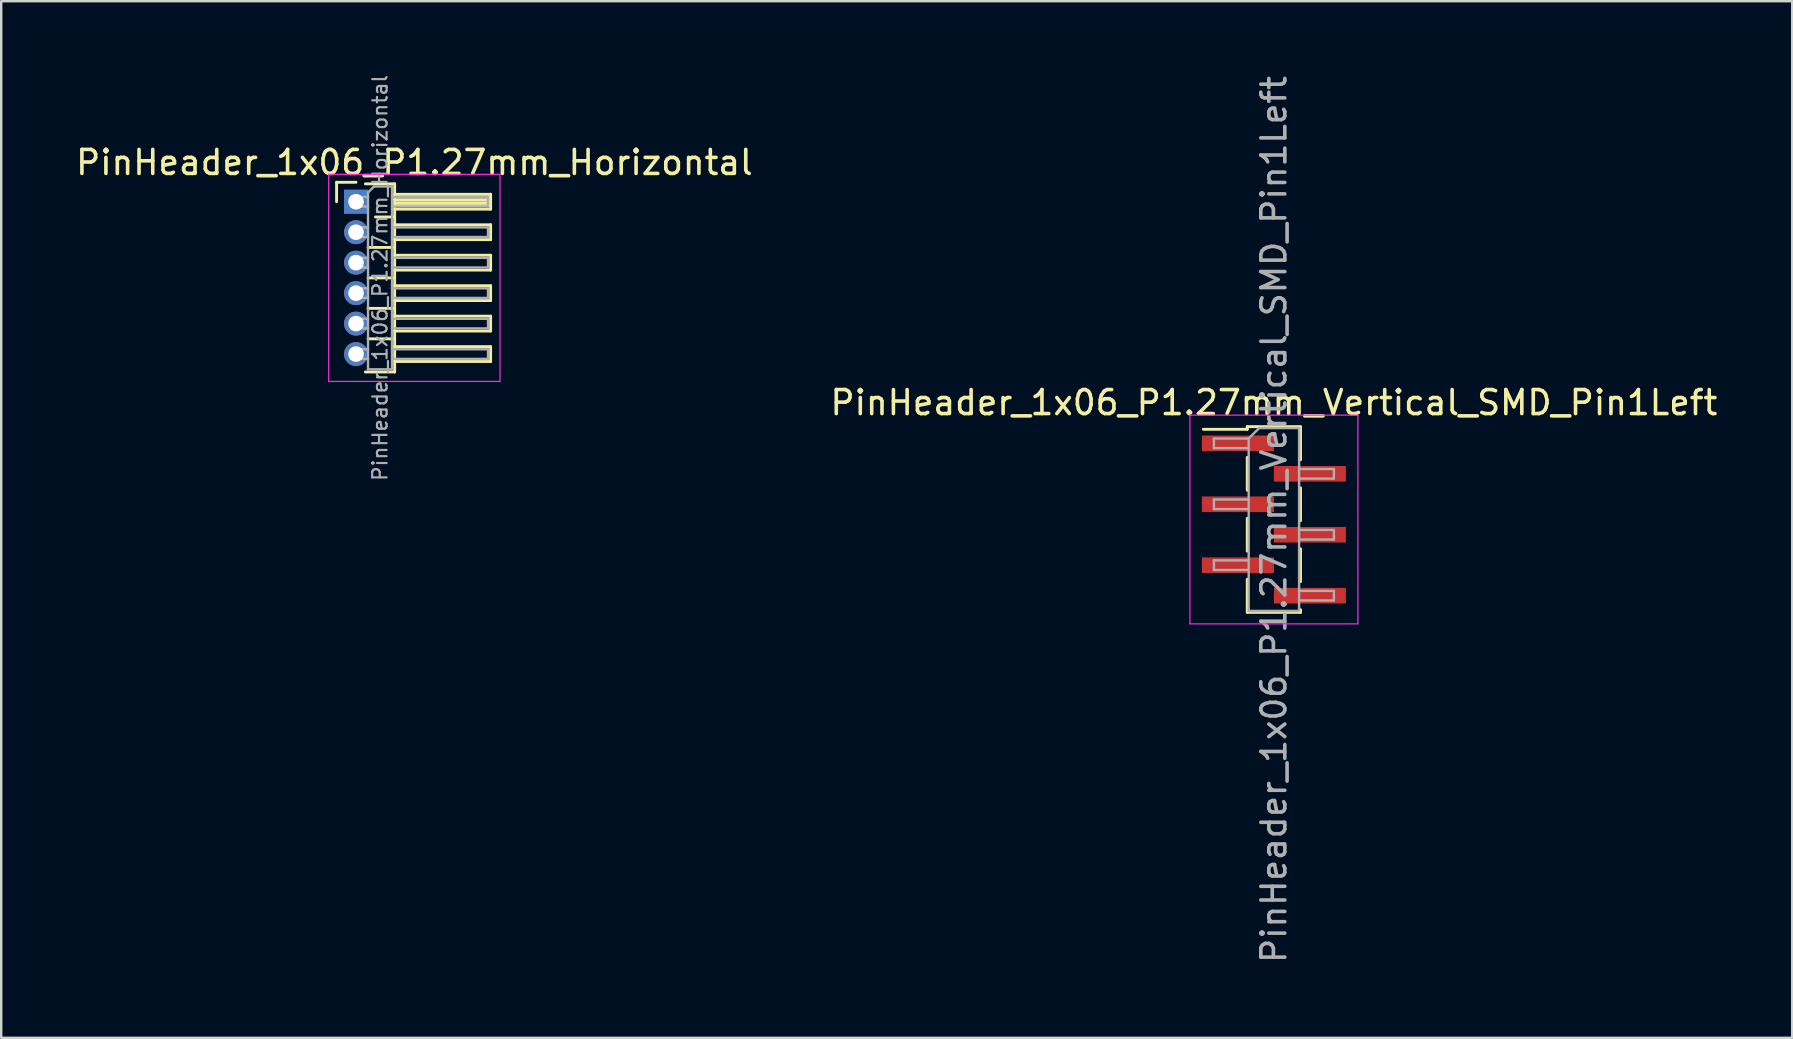
<source format=kicad_pcb>
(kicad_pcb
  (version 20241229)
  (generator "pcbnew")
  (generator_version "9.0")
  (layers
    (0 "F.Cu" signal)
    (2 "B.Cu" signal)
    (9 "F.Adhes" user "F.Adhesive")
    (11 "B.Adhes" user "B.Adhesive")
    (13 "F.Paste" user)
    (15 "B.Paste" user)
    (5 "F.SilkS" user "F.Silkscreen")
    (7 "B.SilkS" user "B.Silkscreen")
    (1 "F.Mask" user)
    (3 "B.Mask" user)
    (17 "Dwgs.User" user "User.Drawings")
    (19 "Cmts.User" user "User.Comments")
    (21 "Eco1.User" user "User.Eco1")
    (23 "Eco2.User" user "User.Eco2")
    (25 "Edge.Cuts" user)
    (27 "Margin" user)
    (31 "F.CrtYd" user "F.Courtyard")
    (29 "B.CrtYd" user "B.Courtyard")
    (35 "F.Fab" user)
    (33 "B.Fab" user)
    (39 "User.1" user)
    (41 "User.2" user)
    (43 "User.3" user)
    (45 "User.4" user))
  (footprint "PinHeader_1x06_P1.27mm_Horizontal"
    (layer "F.Cu")
    (at 11.788 5.357)
    (property "Reference" "PinHeader_1x06_P1.27mm_Horizontal" (at 2.433 -1.635 0) (layer "F.SilkS") (effects (font (size 1 1) (thickness 0.15))))
    (attr through_hole)
    (fp_line (start -0.81 -0.81) (end 0 -0.81) (stroke (width 0.12) (type solid)) (layer "F.SilkS"))
    (fp_line (start -0.81 0) (end -0.81 -0.81) (stroke (width 0.12) (type solid)) (layer "F.SilkS"))
    (fp_line (start 0.39 -0.745) (end 1.61 -0.745) (stroke (width 0.12) (type solid)) (layer "F.SilkS"))
    (fp_line (start 0.503 1.905) (end 1.61 1.905) (stroke (width 0.12) (type solid)) (layer "F.SilkS"))
    (fp_line (start 0.503 3.175) (end 1.61 3.175) (stroke (width 0.12) (type solid)) (layer "F.SilkS"))
    (fp_line (start 0.503 4.445) (end 1.61 4.445) (stroke (width 0.12) (type solid)) (layer "F.SilkS"))
    (fp_line (start 0.503 5.715) (end 1.61 5.715) (stroke (width 0.12) (type solid)) (layer "F.SilkS"))
    (fp_line (start 0.81 0.635) (end 1.61 0.635) (stroke (width 0.12) (type solid)) (layer "F.SilkS"))
    (fp_line (start 1.61 -0.745) (end 1.61 7.095) (stroke (width 0.12) (type solid)) (layer "F.SilkS"))
    (fp_line (start 1.61 -0.31) (end 5.61 -0.31) (stroke (width 0.12) (type solid)) (layer "F.SilkS"))
    (fp_line (start 1.61 -0.2) (end 5.61 -0.2) (stroke (width 0.12) (type solid)) (layer "F.SilkS"))
    (fp_line (start 1.61 -0.08) (end 5.61 -0.08) (stroke (width 0.12) (type solid)) (layer "F.SilkS"))
    (fp_line (start 1.61 0.04) (end 5.61 0.04) (stroke (width 0.12) (type solid)) (layer "F.SilkS"))
    (fp_line (start 1.61 0.16) (end 5.61 0.16) (stroke (width 0.12) (type solid)) (layer "F.SilkS"))
    (fp_line (start 1.61 0.96) (end 5.61 0.96) (stroke (width 0.12) (type solid)) (layer "F.SilkS"))
    (fp_line (start 1.61 2.23) (end 5.61 2.23) (stroke (width 0.12) (type solid)) (layer "F.SilkS"))
    (fp_line (start 1.61 3.5) (end 5.61 3.5) (stroke (width 0.12) (type solid)) (layer "F.SilkS"))
    (fp_line (start 1.61 4.77) (end 5.61 4.77) (stroke (width 0.12) (type solid)) (layer "F.SilkS"))
    (fp_line (start 1.61 6.04) (end 5.61 6.04) (stroke (width 0.12) (type solid)) (layer "F.SilkS"))
    (fp_line (start 1.61 7.095) (end 0.39 7.095) (stroke (width 0.12) (type solid)) (layer "F.SilkS"))
    (fp_line (start 5.61 -0.31) (end 5.61 0.31) (stroke (width 0.12) (type solid)) (layer "F.SilkS"))
    (fp_line (start 5.61 0.31) (end 1.61 0.31) (stroke (width 0.12) (type solid)) (layer "F.SilkS"))
    (fp_line (start 5.61 0.96) (end 5.61 1.58) (stroke (width 0.12) (type solid)) (layer "F.SilkS"))
    (fp_line (start 5.61 1.58) (end 1.61 1.58) (stroke (width 0.12) (type solid)) (layer "F.SilkS"))
    (fp_line (start 5.61 2.23) (end 5.61 2.85) (stroke (width 0.12) (type solid)) (layer "F.SilkS"))
    (fp_line (start 5.61 2.85) (end 1.61 2.85) (stroke (width 0.12) (type solid)) (layer "F.SilkS"))
    (fp_line (start 5.61 3.5) (end 5.61 4.12) (stroke (width 0.12) (type solid)) (layer "F.SilkS"))
    (fp_line (start 5.61 4.12) (end 1.61 4.12) (stroke (width 0.12) (type solid)) (layer "F.SilkS"))
    (fp_line (start 5.61 4.77) (end 5.61 5.39) (stroke (width 0.12) (type solid)) (layer "F.SilkS"))
    (fp_line (start 5.61 5.39) (end 1.61 5.39) (stroke (width 0.12) (type solid)) (layer "F.SilkS"))
    (fp_line (start 5.61 6.04) (end 5.61 6.66) (stroke (width 0.12) (type solid)) (layer "F.SilkS"))
    (fp_line (start 5.61 6.66) (end 1.61 6.66) (stroke (width 0.12) (type solid)) (layer "F.SilkS"))
    (fp_line (start -1.14 -1.14) (end -1.14 7.49) (stroke (width 0.05) (type solid)) (layer "F.CrtYd"))
    (fp_line (start -1.14 7.49) (end 6 7.49) (stroke (width 0.05) (type solid)) (layer "F.CrtYd"))
    (fp_line (start 6 -1.14) (end -1.14 -1.14) (stroke (width 0.05) (type solid)) (layer "F.CrtYd"))
    (fp_line (start 6 7.49) (end 6 -1.14) (stroke (width 0.05) (type solid)) (layer "F.CrtYd"))
    (fp_line (start -0.2 -0.2) (end -0.2 0.2) (stroke (width 0.1) (type solid)) (layer "F.Fab"))
    (fp_line (start -0.2 -0.2) (end 0.5 -0.2) (stroke (width 0.1) (type solid)) (layer "F.Fab"))
    (fp_line (start -0.2 0.2) (end 0.5 0.2) (stroke (width 0.1) (type solid)) (layer "F.Fab"))
    (fp_line (start -0.2 1.07) (end -0.2 1.47) (stroke (width 0.1) (type solid)) (layer "F.Fab"))
    (fp_line (start -0.2 1.07) (end 0.5 1.07) (stroke (width 0.1) (type solid)) (layer "F.Fab"))
    (fp_line (start -0.2 1.47) (end 0.5 1.47) (stroke (width 0.1) (type solid)) (layer "F.Fab"))
    (fp_line (start -0.2 2.34) (end -0.2 2.74) (stroke (width 0.1) (type solid)) (layer "F.Fab"))
    (fp_line (start -0.2 2.34) (end 0.5 2.34) (stroke (width 0.1) (type solid)) (layer "F.Fab"))
    (fp_line (start -0.2 2.74) (end 0.5 2.74) (stroke (width 0.1) (type solid)) (layer "F.Fab"))
    (fp_line (start -0.2 3.61) (end -0.2 4.01) (stroke (width 0.1) (type solid)) (layer "F.Fab"))
    (fp_line (start -0.2 3.61) (end 0.5 3.61) (stroke (width 0.1) (type solid)) (layer "F.Fab"))
    (fp_line (start -0.2 4.01) (end 0.5 4.01) (stroke (width 0.1) (type solid)) (layer "F.Fab"))
    (fp_line (start -0.2 4.88) (end -0.2 5.28) (stroke (width 0.1) (type solid)) (layer "F.Fab"))
    (fp_line (start -0.2 4.88) (end 0.5 4.88) (stroke (width 0.1) (type solid)) (layer "F.Fab"))
    (fp_line (start -0.2 5.28) (end 0.5 5.28) (stroke (width 0.1) (type solid)) (layer "F.Fab"))
    (fp_line (start -0.2 6.15) (end -0.2 6.55) (stroke (width 0.1) (type solid)) (layer "F.Fab"))
    (fp_line (start -0.2 6.15) (end 0.5 6.15) (stroke (width 0.1) (type solid)) (layer "F.Fab"))
    (fp_line (start -0.2 6.55) (end 0.5 6.55) (stroke (width 0.1) (type solid)) (layer "F.Fab"))
    (fp_line (start 0.5 -0.385) (end 0.75 -0.635) (stroke (width 0.1) (type solid)) (layer "F.Fab"))
    (fp_line (start 0.5 6.985) (end 0.5 -0.385) (stroke (width 0.1) (type solid)) (layer "F.Fab"))
    (fp_line (start 0.75 -0.635) (end 1.5 -0.635) (stroke (width 0.1) (type solid)) (layer "F.Fab"))
    (fp_line (start 1.5 -0.635) (end 1.5 6.985) (stroke (width 0.1) (type solid)) (layer "F.Fab"))
    (fp_line (start 1.5 -0.2) (end 5.5 -0.2) (stroke (width 0.1) (type solid)) (layer "F.Fab"))
    (fp_line (start 1.5 0.2) (end 5.5 0.2) (stroke (width 0.1) (type solid)) (layer "F.Fab"))
    (fp_line (start 1.5 1.07) (end 5.5 1.07) (stroke (width 0.1) (type solid)) (layer "F.Fab"))
    (fp_line (start 1.5 1.47) (end 5.5 1.47) (stroke (width 0.1) (type solid)) (layer "F.Fab"))
    (fp_line (start 1.5 2.34) (end 5.5 2.34) (stroke (width 0.1) (type solid)) (layer "F.Fab"))
    (fp_line (start 1.5 2.74) (end 5.5 2.74) (stroke (width 0.1) (type solid)) (layer "F.Fab"))
    (fp_line (start 1.5 3.61) (end 5.5 3.61) (stroke (width 0.1) (type solid)) (layer "F.Fab"))
    (fp_line (start 1.5 4.01) (end 5.5 4.01) (stroke (width 0.1) (type solid)) (layer "F.Fab"))
    (fp_line (start 1.5 4.88) (end 5.5 4.88) (stroke (width 0.1) (type solid)) (layer "F.Fab"))
    (fp_line (start 1.5 5.28) (end 5.5 5.28) (stroke (width 0.1) (type solid)) (layer "F.Fab"))
    (fp_line (start 1.5 6.15) (end 5.5 6.15) (stroke (width 0.1) (type solid)) (layer "F.Fab"))
    (fp_line (start 1.5 6.55) (end 5.5 6.55) (stroke (width 0.1) (type solid)) (layer "F.Fab"))
    (fp_line (start 1.5 6.985) (end 0.5 6.985) (stroke (width 0.1) (type solid)) (layer "F.Fab"))
    (fp_line (start 5.5 -0.2) (end 5.5 0.2) (stroke (width 0.1) (type solid)) (layer "F.Fab"))
    (fp_line (start 5.5 1.07) (end 5.5 1.47) (stroke (width 0.1) (type solid)) (layer "F.Fab"))
    (fp_line (start 5.5 2.34) (end 5.5 2.74) (stroke (width 0.1) (type solid)) (layer "F.Fab"))
    (fp_line (start 5.5 3.61) (end 5.5 4.01) (stroke (width 0.1) (type solid)) (layer "F.Fab"))
    (fp_line (start 5.5 4.88) (end 5.5 5.28) (stroke (width 0.1) (type solid)) (layer "F.Fab"))
    (fp_line (start 5.5 6.15) (end 5.5 6.55) (stroke (width 0.1) (type solid)) (layer "F.Fab"))
    (fp_text user "${REFERENCE}" (at 1 3.175 90) (layer "F.Fab") (effects (font (size 0.6 0.6) (thickness 0.09))))
    (pad "1" thru_hole rect (at 0 0) (size 1 1) (drill 0.65) (layers "*.Cu" "*.Mask"))
    (pad "2" thru_hole circle (at 0 1.27) (size 1 1) (drill 0.65) (layers "*.Cu" "*.Mask"))
    (pad "3" thru_hole circle (at 0 2.54) (size 1 1) (drill 0.65) (layers "*.Cu" "*.Mask"))
    (pad "4" thru_hole circle (at 0 3.81) (size 1 1) (drill 0.65) (layers "*.Cu" "*.Mask"))
    (pad "5" thru_hole circle (at 0 5.08) (size 1 1) (drill 0.65) (layers "*.Cu" "*.Mask"))
    (pad "6" thru_hole circle (at 0 6.35) (size 1 1) (drill 0.65) (layers "*.Cu" "*.Mask")))
  (footprint "PinHeader_1x06_P1.27mm_Vertical_SMD_Pin1Left"
    (layer "F.Cu")
    (at 50.042 18.601)
    (property "Reference" "PinHeader_1x06_P1.27mm_Vertical_SMD_Pin1Left" (at 0 -4.87 0) (layer "F.SilkS") (effects (font (size 1 1) (thickness 0.15))))
    (attr smd)
    (fp_line (start -1.11 -3.87) (end -1.11 -3.76) (stroke (width 0.12) (type solid)) (layer "F.SilkS"))
    (fp_line (start -1.11 -3.87) (end 1.11 -3.87) (stroke (width 0.12) (type solid)) (layer "F.SilkS"))
    (fp_line (start -1.11 -3.76) (end -2.94 -3.76) (stroke (width 0.12) (type solid)) (layer "F.SilkS"))
    (fp_line (start -1.11 -2.59) (end -1.11 -1.22) (stroke (width 0.12) (type solid)) (layer "F.SilkS"))
    (fp_line (start -1.11 -0.05) (end -1.11 1.32) (stroke (width 0.12) (type solid)) (layer "F.SilkS"))
    (fp_line (start -1.11 2.49) (end -1.11 3.86) (stroke (width 0.12) (type solid)) (layer "F.SilkS"))
    (fp_line (start -1.11 3.87) (end 1.11 3.87) (stroke (width 0.12) (type solid)) (layer "F.SilkS"))
    (fp_line (start 1.11 -3.86) (end 1.11 -2.49) (stroke (width 0.12) (type solid)) (layer "F.SilkS"))
    (fp_line (start 1.11 -1.32) (end 1.11 0.05) (stroke (width 0.12) (type solid)) (layer "F.SilkS"))
    (fp_line (start 1.11 1.22) (end 1.11 2.59) (stroke (width 0.12) (type solid)) (layer "F.SilkS"))
    (fp_line (start 1.11 3.76) (end 1.11 3.87) (stroke (width 0.12) (type solid)) (layer "F.SilkS"))
    (fp_line (start -3.5 -4.35) (end -3.5 4.35) (stroke (width 0.05) (type solid)) (layer "F.CrtYd"))
    (fp_line (start -3.5 4.35) (end 3.5 4.35) (stroke (width 0.05) (type solid)) (layer "F.CrtYd"))
    (fp_line (start 3.5 -4.35) (end -3.5 -4.35) (stroke (width 0.05) (type solid)) (layer "F.CrtYd"))
    (fp_line (start 3.5 4.35) (end 3.5 -4.35) (stroke (width 0.05) (type solid)) (layer "F.CrtYd"))
    (fp_line (start -2.5 -3.375) (end -2.5 -2.975) (stroke (width 0.1) (type solid)) (layer "F.Fab"))
    (fp_line (start -2.5 -2.975) (end -1.05 -2.975) (stroke (width 0.1) (type solid)) (layer "F.Fab"))
    (fp_line (start -2.5 -0.835) (end -2.5 -0.435) (stroke (width 0.1) (type solid)) (layer "F.Fab"))
    (fp_line (start -2.5 -0.435) (end -1.05 -0.435) (stroke (width 0.1) (type solid)) (layer "F.Fab"))
    (fp_line (start -2.5 1.705) (end -2.5 2.105) (stroke (width 0.1) (type solid)) (layer "F.Fab"))
    (fp_line (start -2.5 2.105) (end -1.05 2.105) (stroke (width 0.1) (type solid)) (layer "F.Fab"))
    (fp_line (start -1.05 -3.375) (end -2.5 -3.375) (stroke (width 0.1) (type solid)) (layer "F.Fab"))
    (fp_line (start -1.05 -3.375) (end -0.615 -3.81) (stroke (width 0.1) (type solid)) (layer "F.Fab"))
    (fp_line (start -1.05 -0.835) (end -2.5 -0.835) (stroke (width 0.1) (type solid)) (layer "F.Fab"))
    (fp_line (start -1.05 1.705) (end -2.5 1.705) (stroke (width 0.1) (type solid)) (layer "F.Fab"))
    (fp_line (start -1.05 3.81) (end -1.05 -3.375) (stroke (width 0.1) (type solid)) (layer "F.Fab"))
    (fp_line (start -0.615 -3.81) (end 1.05 -3.81) (stroke (width 0.1) (type solid)) (layer "F.Fab"))
    (fp_line (start 1.05 -3.81) (end 1.05 3.81) (stroke (width 0.1) (type solid)) (layer "F.Fab"))
    (fp_line (start 1.05 -2.105) (end 2.5 -2.105) (stroke (width 0.1) (type solid)) (layer "F.Fab"))
    (fp_line (start 1.05 0.435) (end 2.5 0.435) (stroke (width 0.1) (type solid)) (layer "F.Fab"))
    (fp_line (start 1.05 2.975) (end 2.5 2.975) (stroke (width 0.1) (type solid)) (layer "F.Fab"))
    (fp_line (start 1.05 3.81) (end -1.05 3.81) (stroke (width 0.1) (type solid)) (layer "F.Fab"))
    (fp_line (start 2.5 -2.105) (end 2.5 -1.705) (stroke (width 0.1) (type solid)) (layer "F.Fab"))
    (fp_line (start 2.5 -1.705) (end 1.05 -1.705) (stroke (width 0.1) (type solid)) (layer "F.Fab"))
    (fp_line (start 2.5 0.435) (end 2.5 0.835) (stroke (width 0.1) (type solid)) (layer "F.Fab"))
    (fp_line (start 2.5 0.835) (end 1.05 0.835) (stroke (width 0.1) (type solid)) (layer "F.Fab"))
    (fp_line (start 2.5 2.975) (end 2.5 3.375) (stroke (width 0.1) (type solid)) (layer "F.Fab"))
    (fp_line (start 2.5 3.375) (end 1.05 3.375) (stroke (width 0.1) (type solid)) (layer "F.Fab"))
    (fp_text user "${REFERENCE}" (at 0 0 90) (layer "F.Fab") (effects (font (size 1 1) (thickness 0.15))))
    (pad "1" smd rect (at -1.5 -3.175) (size 3 0.65) (layers "F.Cu" "F.Mask" "F.Paste"))
    (pad "2" smd rect (at 1.5 -1.905) (size 3 0.65) (layers "F.Cu" "F.Mask" "F.Paste"))
    (pad "3" smd rect (at -1.5 -0.635) (size 3 0.65) (layers "F.Cu" "F.Mask" "F.Paste"))
    (pad "4" smd rect (at 1.5 0.635) (size 3 0.65) (layers "F.Cu" "F.Mask" "F.Paste"))
    (pad "5" smd rect (at -1.5 1.905) (size 3 0.65) (layers "F.Cu" "F.Mask" "F.Paste"))
    (pad "6" smd rect (at 1.5 3.175) (size 3 0.65) (layers "F.Cu" "F.Mask" "F.Paste")))
  (gr_rect
    (start -3 -3)
    (end 71.643 40.202)
    (stroke (width 0.1) (type default))
    (fill no)
    (layer "Edge.Cuts")))
</source>
